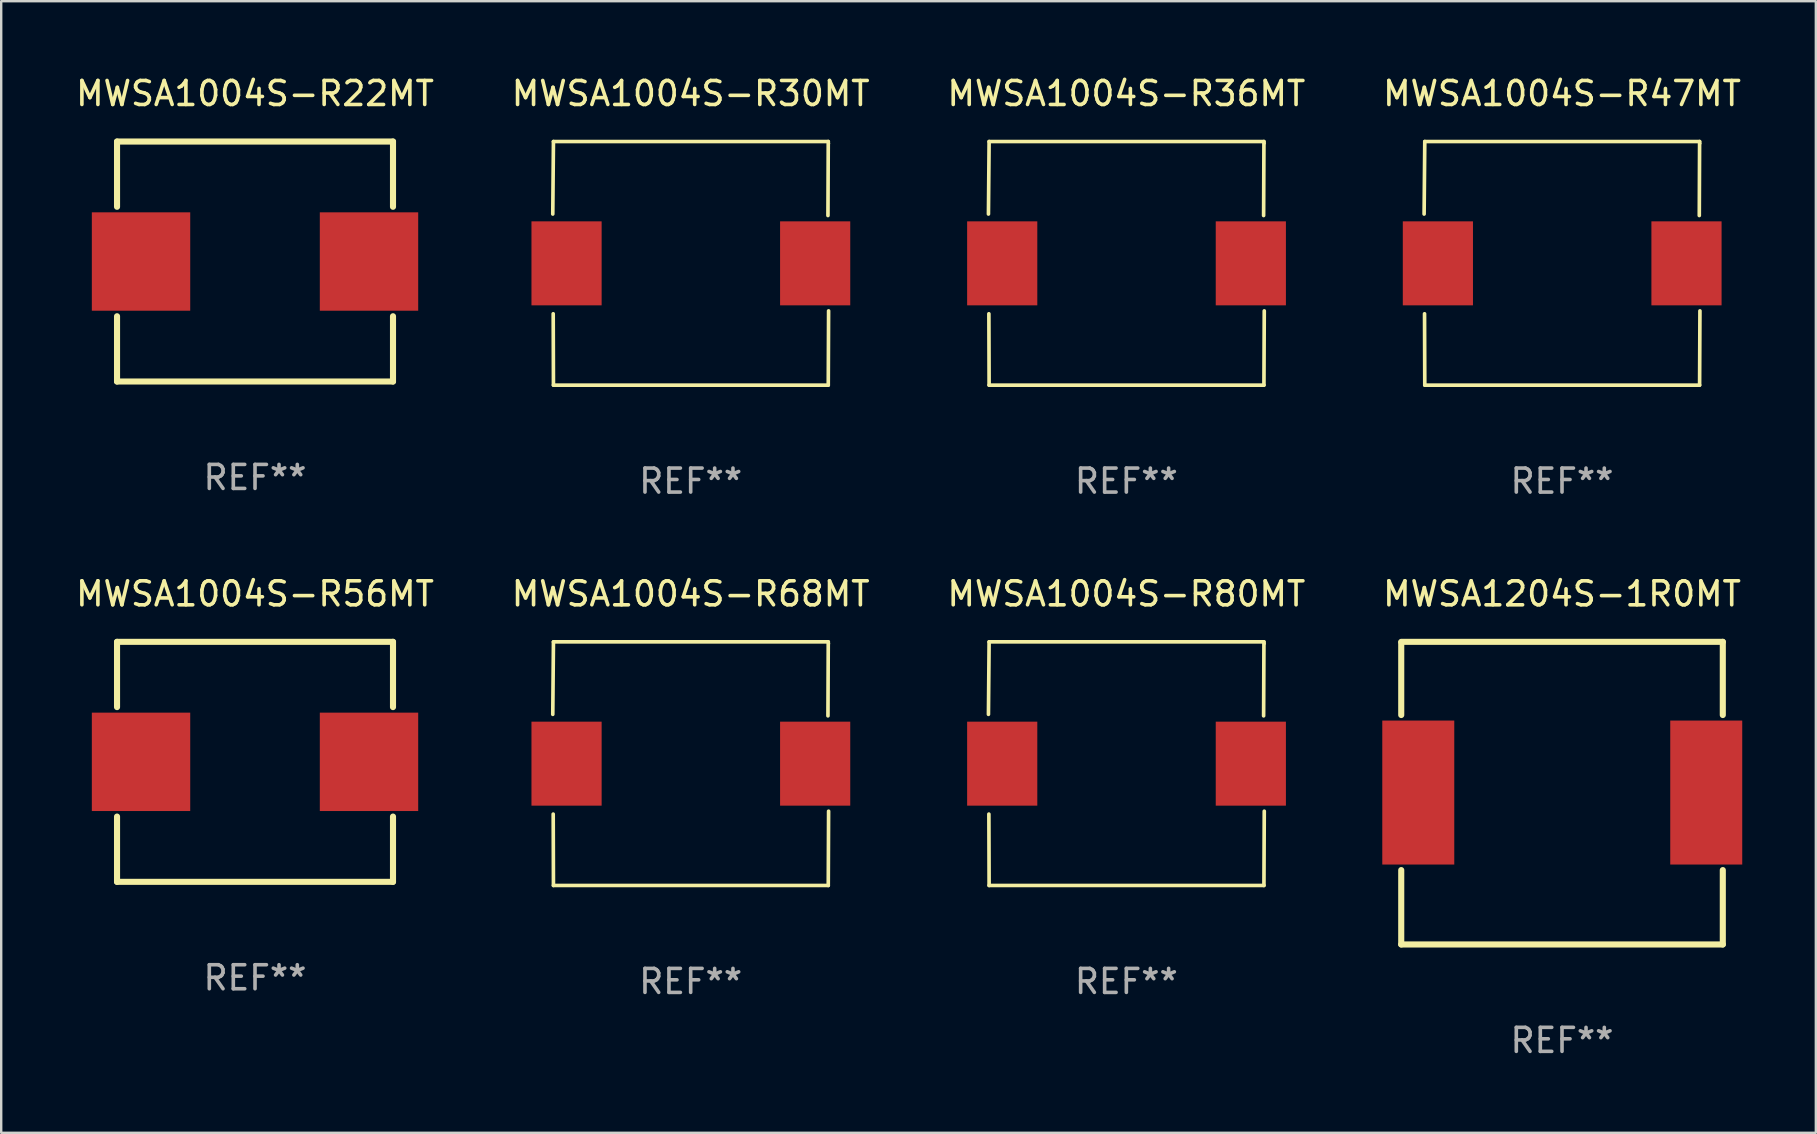
<source format=kicad_pcb>
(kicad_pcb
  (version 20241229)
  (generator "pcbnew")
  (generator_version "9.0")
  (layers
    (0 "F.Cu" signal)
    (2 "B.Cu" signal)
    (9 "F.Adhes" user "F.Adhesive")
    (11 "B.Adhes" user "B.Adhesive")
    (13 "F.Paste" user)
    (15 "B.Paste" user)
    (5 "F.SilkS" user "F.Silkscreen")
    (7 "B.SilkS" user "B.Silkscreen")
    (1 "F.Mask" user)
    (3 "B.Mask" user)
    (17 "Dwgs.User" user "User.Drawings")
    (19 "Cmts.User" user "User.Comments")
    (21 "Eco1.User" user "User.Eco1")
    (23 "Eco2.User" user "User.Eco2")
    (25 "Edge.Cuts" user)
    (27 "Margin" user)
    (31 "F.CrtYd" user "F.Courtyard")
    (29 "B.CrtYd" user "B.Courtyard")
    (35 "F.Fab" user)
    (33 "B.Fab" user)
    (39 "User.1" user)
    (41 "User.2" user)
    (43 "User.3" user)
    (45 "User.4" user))
  (footprint "MWSA1004S-R80MT"
    (layer "F.Cu")
    (at 43.887 28.773)
    (property "Reference" "MWSA1004S-R80MT" (at 0 -7.076 0) (layer "F.SilkS") (effects (font (size 1 1) (thickness 0.15))))
    (attr through_hole)
    (fp_line (start -5.747 -2.055) (end -5.719 -5.076) (stroke (width 0.152) (type solid)) (layer "F.SilkS"))
    (fp_line (start -5.729 2.102) (end -5.719 5.076) (stroke (width 0.152) (type solid)) (layer "F.SilkS"))
    (fp_line (start -5.719 -5.076) (end 5.733 -5.076) (stroke (width 0.152) (type solid)) (layer "F.SilkS"))
    (fp_line (start -5.719 5.076) (end 5.733 5.076) (stroke (width 0.152) (type solid)) (layer "F.SilkS"))
    (fp_line (start 5.733 -5.076) (end 5.72 -1.993) (stroke (width 0.152) (type solid)) (layer "F.SilkS"))
    (fp_line (start 5.733 5.076) (end 5.747 1.981) (stroke (width 0.152) (type solid)) (layer "F.SilkS"))
    (fp_circle (center 5.757 -5) (end 5.787 -5) (stroke (width 0.06) (type solid)) (fill no) (layer "F.SilkS"))
    (fp_text user "REF**" (at 0 9.076 0) (layer "F.Fab") (effects (font (size 1 1) (thickness 0.15))))
    (pad "1" smd rect (at 5.187 0) (size 2.924 3.5) (layers "F.Cu" "F.Mask" "F.Paste"))
    (pad "2" smd rect (at -5.173 0) (size 2.924 3.5) (layers "F.Cu" "F.Mask" "F.Paste")))
  (footprint "MWSA1004S-R36MT"
    (layer "F.Cu")
    (at 43.887 7.924)
    (property "Reference" "MWSA1004S-R36MT" (at 0 -7.076 0) (layer "F.SilkS") (effects (font (size 1 1) (thickness 0.15))))
    (attr through_hole)
    (fp_line (start -5.747 -2.055) (end -5.719 -5.076) (stroke (width 0.152) (type solid)) (layer "F.SilkS"))
    (fp_line (start -5.729 2.102) (end -5.719 5.076) (stroke (width 0.152) (type solid)) (layer "F.SilkS"))
    (fp_line (start -5.719 -5.076) (end 5.733 -5.076) (stroke (width 0.152) (type solid)) (layer "F.SilkS"))
    (fp_line (start -5.719 5.076) (end 5.733 5.076) (stroke (width 0.152) (type solid)) (layer "F.SilkS"))
    (fp_line (start 5.733 -5.076) (end 5.72 -1.993) (stroke (width 0.152) (type solid)) (layer "F.SilkS"))
    (fp_line (start 5.733 5.076) (end 5.747 1.981) (stroke (width 0.152) (type solid)) (layer "F.SilkS"))
    (fp_circle (center 5.757 -5) (end 5.787 -5) (stroke (width 0.06) (type solid)) (fill no) (layer "F.SilkS"))
    (fp_text user "REF**" (at 0 9.076 0) (layer "F.Fab") (effects (font (size 1 1) (thickness 0.15))))
    (pad "1" smd rect (at 5.187 0) (size 2.924 3.5) (layers "F.Cu" "F.Mask" "F.Paste"))
    (pad "2" smd rect (at -5.173 0) (size 2.924 3.5) (layers "F.Cu" "F.Mask" "F.Paste")))
  (footprint "MWSA1004S-R47MT"
    (layer "F.Cu")
    (at 62.042 7.924)
    (property "Reference" "MWSA1004S-R47MT" (at 0 -7.076 0) (layer "F.SilkS") (effects (font (size 1 1) (thickness 0.15))))
    (attr through_hole)
    (fp_line (start -5.747 -2.055) (end -5.719 -5.076) (stroke (width 0.152) (type solid)) (layer "F.SilkS"))
    (fp_line (start -5.729 2.102) (end -5.719 5.076) (stroke (width 0.152) (type solid)) (layer "F.SilkS"))
    (fp_line (start -5.719 -5.076) (end 5.733 -5.076) (stroke (width 0.152) (type solid)) (layer "F.SilkS"))
    (fp_line (start -5.719 5.076) (end 5.733 5.076) (stroke (width 0.152) (type solid)) (layer "F.SilkS"))
    (fp_line (start 5.733 -5.076) (end 5.72 -1.993) (stroke (width 0.152) (type solid)) (layer "F.SilkS"))
    (fp_line (start 5.733 5.076) (end 5.747 1.981) (stroke (width 0.152) (type solid)) (layer "F.SilkS"))
    (fp_circle (center 5.757 -5) (end 5.787 -5) (stroke (width 0.06) (type solid)) (fill no) (layer "F.SilkS"))
    (fp_text user "REF**" (at 0 9.076 0) (layer "F.Fab") (effects (font (size 1 1) (thickness 0.15))))
    (pad "1" smd rect (at 5.187 0) (size 2.924 3.5) (layers "F.Cu" "F.Mask" "F.Paste"))
    (pad "2" smd rect (at -5.173 0) (size 2.924 3.5) (layers "F.Cu" "F.Mask" "F.Paste")))
  (footprint "MWSA1004S-R68MT"
    (layer "F.Cu")
    (at 25.732 28.773)
    (property "Reference" "MWSA1004S-R68MT" (at 0 -7.076 0) (layer "F.SilkS") (effects (font (size 1 1) (thickness 0.15))))
    (attr through_hole)
    (fp_line (start -5.747 -2.055) (end -5.719 -5.076) (stroke (width 0.152) (type solid)) (layer "F.SilkS"))
    (fp_line (start -5.729 2.102) (end -5.719 5.076) (stroke (width 0.152) (type solid)) (layer "F.SilkS"))
    (fp_line (start -5.719 -5.076) (end 5.733 -5.076) (stroke (width 0.152) (type solid)) (layer "F.SilkS"))
    (fp_line (start -5.719 5.076) (end 5.733 5.076) (stroke (width 0.152) (type solid)) (layer "F.SilkS"))
    (fp_line (start 5.733 -5.076) (end 5.72 -1.993) (stroke (width 0.152) (type solid)) (layer "F.SilkS"))
    (fp_line (start 5.733 5.076) (end 5.747 1.981) (stroke (width 0.152) (type solid)) (layer "F.SilkS"))
    (fp_circle (center 5.757 -5) (end 5.787 -5) (stroke (width 0.06) (type solid)) (fill no) (layer "F.SilkS"))
    (fp_text user "REF**" (at 0 9.076 0) (layer "F.Fab") (effects (font (size 1 1) (thickness 0.15))))
    (pad "1" smd rect (at 5.187 0) (size 2.924 3.5) (layers "F.Cu" "F.Mask" "F.Paste"))
    (pad "2" smd rect (at -5.173 0) (size 2.924 3.5) (layers "F.Cu" "F.Mask" "F.Paste")))
  (footprint "MWSA1004S-R56MT"
    (layer "F.Cu")
    (at 7.577 28.697)
    (property "Reference" "MWSA1004S-R56MT" (at 0 -7 0) (layer "F.SilkS") (effects (font (size 1 1) (thickness 0.15))))
    (attr through_hole)
    (fp_line (start -5.75 -5) (end -5.75 -2.281) (stroke (width 0.254) (type solid)) (layer "F.SilkS"))
    (fp_line (start -5.75 -5) (end 5.75 -5) (stroke (width 0.254) (type solid)) (layer "F.SilkS"))
    (fp_line (start -5.75 2.281) (end -5.75 5) (stroke (width 0.254) (type solid)) (layer "F.SilkS"))
    (fp_line (start 5.75 -2.281) (end 5.75 -5) (stroke (width 0.254) (type solid)) (layer "F.SilkS"))
    (fp_line (start 5.75 5) (end -5.75 5) (stroke (width 0.254) (type solid)) (layer "F.SilkS"))
    (fp_line (start 5.75 5) (end 5.75 2.281) (stroke (width 0.254) (type solid)) (layer "F.SilkS"))
    (fp_circle (center -5.75 5) (end -5.7 5) (stroke (width 0.1) (type solid)) (fill no) (layer "F.SilkS"))
    (fp_text user "REF**" (at 0 9 0) (layer "F.Fab") (effects (font (size 1 1) (thickness 0.15))))
    (pad "1" smd rect (at -4.75 0) (size 4.1 4.1) (layers "F.Cu" "F.Mask" "F.Paste"))
    (pad "2" smd rect (at 4.75 0) (size 4.1 4.1) (layers "F.Cu" "F.Mask" "F.Paste")))
  (footprint "MWSA1004S-R30MT"
    (layer "F.Cu")
    (at 25.732 7.924)
    (property "Reference" "MWSA1004S-R30MT" (at 0 -7.076 0) (layer "F.SilkS") (effects (font (size 1 1) (thickness 0.15))))
    (attr through_hole)
    (fp_line (start -5.747 -2.055) (end -5.719 -5.076) (stroke (width 0.152) (type solid)) (layer "F.SilkS"))
    (fp_line (start -5.729 2.102) (end -5.719 5.076) (stroke (width 0.152) (type solid)) (layer "F.SilkS"))
    (fp_line (start -5.719 -5.076) (end 5.733 -5.076) (stroke (width 0.152) (type solid)) (layer "F.SilkS"))
    (fp_line (start -5.719 5.076) (end 5.733 5.076) (stroke (width 0.152) (type solid)) (layer "F.SilkS"))
    (fp_line (start 5.733 -5.076) (end 5.72 -1.993) (stroke (width 0.152) (type solid)) (layer "F.SilkS"))
    (fp_line (start 5.733 5.076) (end 5.747 1.981) (stroke (width 0.152) (type solid)) (layer "F.SilkS"))
    (fp_circle (center 5.757 -5) (end 5.787 -5) (stroke (width 0.06) (type solid)) (fill no) (layer "F.SilkS"))
    (fp_text user "REF**" (at 0 9.076 0) (layer "F.Fab") (effects (font (size 1 1) (thickness 0.15))))
    (pad "1" smd rect (at 5.187 0) (size 2.924 3.5) (layers "F.Cu" "F.Mask" "F.Paste"))
    (pad "2" smd rect (at -5.173 0) (size 2.924 3.5) (layers "F.Cu" "F.Mask" "F.Paste")))
  (footprint "MWSA1204S-1R0MT"
    (layer "F.Cu")
    (at 62.042 30.002)
    (property "Reference" "MWSA1204S-1R0MT" (at 0 -8.305 0) (layer "F.SilkS") (effects (font (size 1 1) (thickness 0.15))))
    (attr through_hole)
    (fp_line (start -6.7 -6.275) (end -6.7 -3.256) (stroke (width 0.254) (type solid)) (layer "F.SilkS"))
    (fp_line (start -6.7 3.206) (end -6.7 6.305) (stroke (width 0.254) (type solid)) (layer "F.SilkS"))
    (fp_line (start -6.7 6.305) (end 6.7 6.305) (stroke (width 0.254) (type solid)) (layer "F.SilkS"))
    (fp_line (start 6.7 -6.305) (end -6.7 -6.305) (stroke (width 0.254) (type solid)) (layer "F.SilkS"))
    (fp_line (start 6.7 -3.256) (end 6.7 -6.305) (stroke (width 0.254) (type solid)) (layer "F.SilkS"))
    (fp_line (start 6.7 6.305) (end 6.7 3.206) (stroke (width 0.254) (type solid)) (layer "F.SilkS"))
    (fp_circle (center -6.715 6.275) (end -6.685 6.275) (stroke (width 0.06) (type solid)) (fill no) (layer "F.SilkS"))
    (fp_text user "REF**" (at 0 10.305 0) (layer "F.Fab") (effects (font (size 1 1) (thickness 0.15))))
    (pad "1" smd rect (at -5.99 -0.025) (size 3 6) (layers "F.Cu" "F.Mask" "F.Paste"))
    (pad "2" smd rect (at 6.01 -0.025) (size 3 6) (layers "F.Cu" "F.Mask" "F.Paste")))
  (footprint "MWSA1004S-R22MT"
    (layer "F.Cu")
    (at 7.577 7.848)
    (property "Reference" "MWSA1004S-R22MT" (at 0 -7 0) (layer "F.SilkS") (effects (font (size 1 1) (thickness 0.15))))
    (attr through_hole)
    (fp_line (start -5.75 -5) (end -5.75 -2.281) (stroke (width 0.254) (type solid)) (layer "F.SilkS"))
    (fp_line (start -5.75 -5) (end 5.75 -5) (stroke (width 0.254) (type solid)) (layer "F.SilkS"))
    (fp_line (start -5.75 2.281) (end -5.75 5) (stroke (width 0.254) (type solid)) (layer "F.SilkS"))
    (fp_line (start 5.75 -2.281) (end 5.75 -5) (stroke (width 0.254) (type solid)) (layer "F.SilkS"))
    (fp_line (start 5.75 5) (end -5.75 5) (stroke (width 0.254) (type solid)) (layer "F.SilkS"))
    (fp_line (start 5.75 5) (end 5.75 2.281) (stroke (width 0.254) (type solid)) (layer "F.SilkS"))
    (fp_circle (center -5.75 5) (end -5.7 5) (stroke (width 0.1) (type solid)) (fill no) (layer "F.SilkS"))
    (fp_text user "REF**" (at 0 9 0) (layer "F.Fab") (effects (font (size 1 1) (thickness 0.15))))
    (pad "1" smd rect (at -4.75 0) (size 4.1 4.1) (layers "F.Cu" "F.Mask" "F.Paste"))
    (pad "2" smd rect (at 4.75 0) (size 4.1 4.1) (layers "F.Cu" "F.Mask" "F.Paste")))
  (gr_rect
    (start -3 -3)
    (end 72.619 44.155)
    (stroke (width 0.1) (type default))
    (fill no)
    (layer "Edge.Cuts")))
</source>
